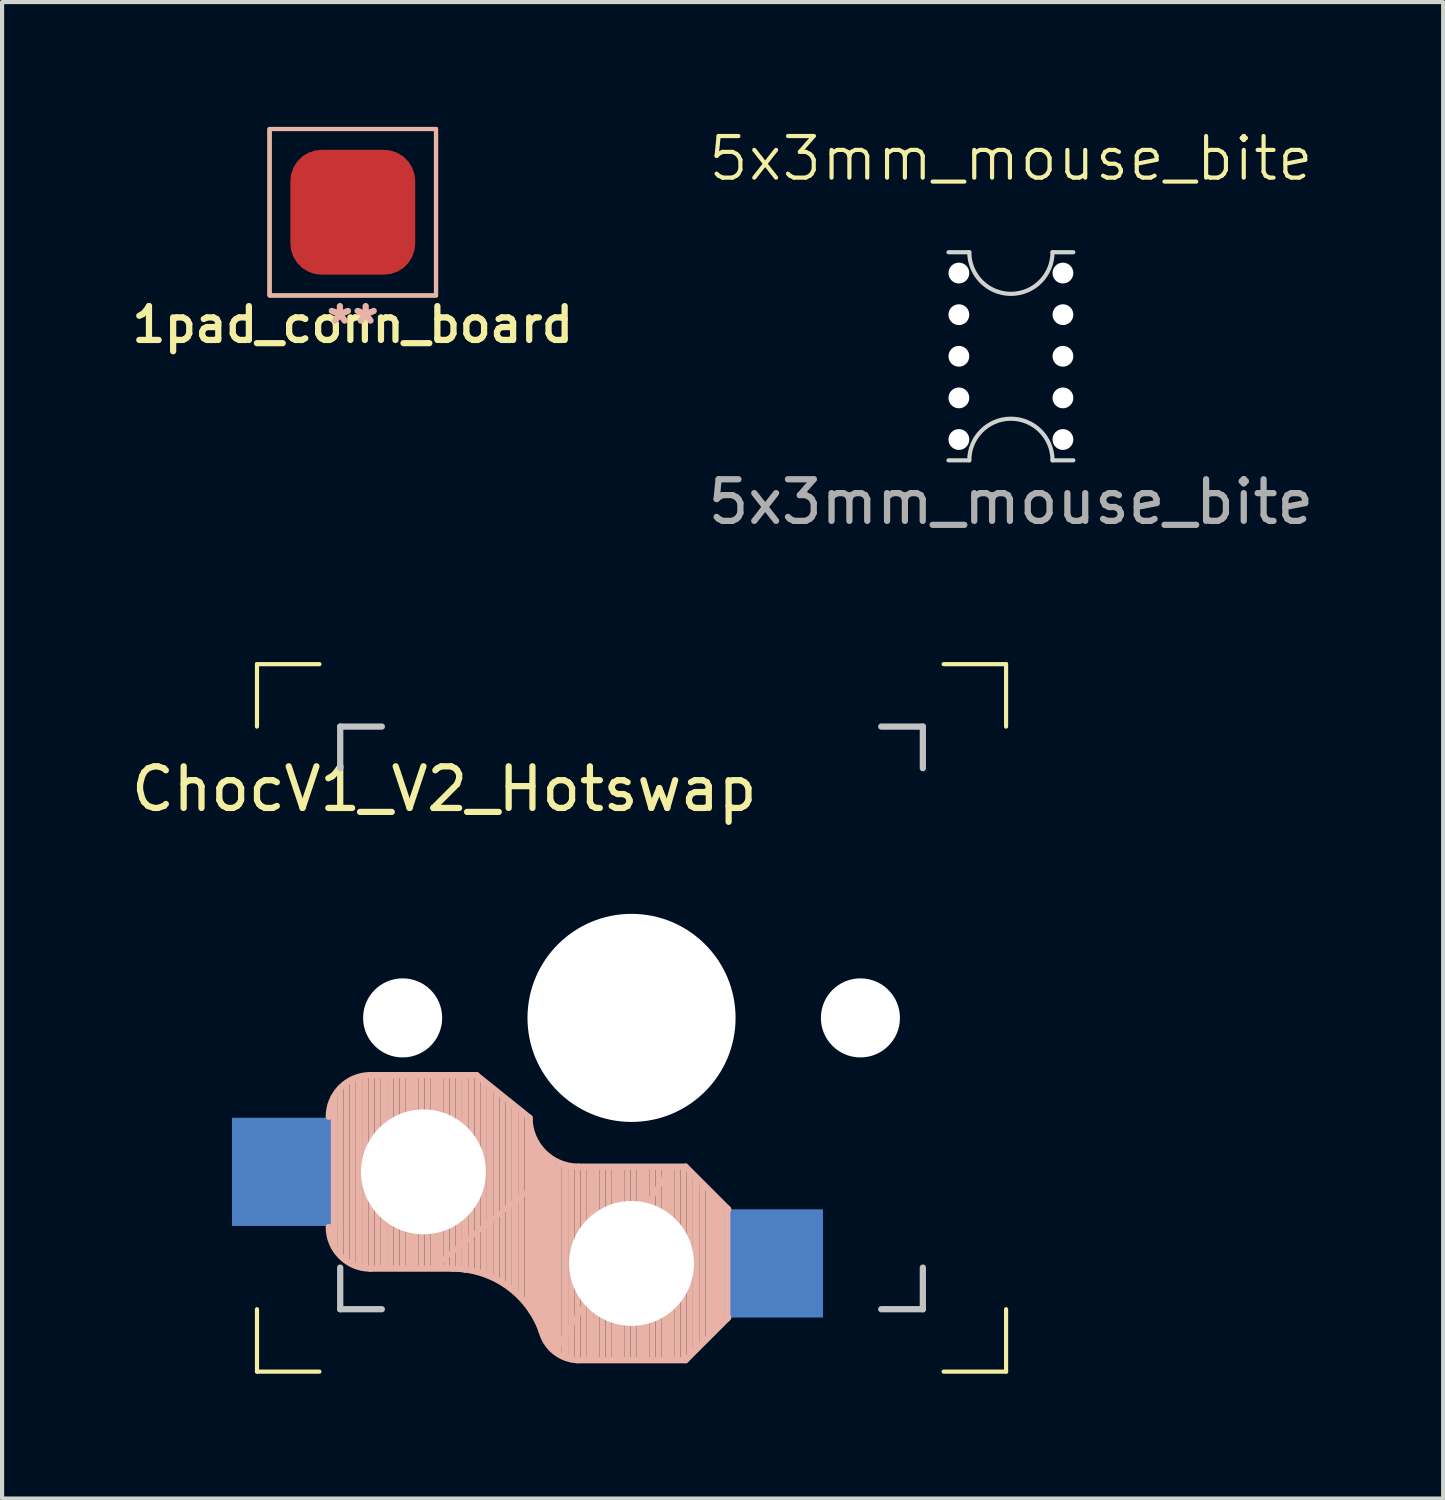
<source format=kicad_pcb>
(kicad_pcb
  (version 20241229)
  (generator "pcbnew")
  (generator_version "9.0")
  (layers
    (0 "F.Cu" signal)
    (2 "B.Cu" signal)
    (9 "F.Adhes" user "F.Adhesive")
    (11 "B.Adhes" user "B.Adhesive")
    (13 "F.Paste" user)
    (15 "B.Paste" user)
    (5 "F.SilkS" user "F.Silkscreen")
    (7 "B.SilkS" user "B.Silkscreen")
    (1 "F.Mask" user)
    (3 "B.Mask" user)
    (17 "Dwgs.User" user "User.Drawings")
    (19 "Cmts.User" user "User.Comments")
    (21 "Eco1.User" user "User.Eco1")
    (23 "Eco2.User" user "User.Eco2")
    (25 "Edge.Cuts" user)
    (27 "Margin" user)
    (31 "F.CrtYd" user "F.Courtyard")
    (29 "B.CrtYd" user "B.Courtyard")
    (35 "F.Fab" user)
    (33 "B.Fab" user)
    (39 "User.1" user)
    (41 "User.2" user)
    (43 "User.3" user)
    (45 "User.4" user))
  (footprint "5x3mm_mouse_bite"
    (layer "F.Cu")
    (at 21.241 5.511)
    (property "Reference" "5x3mm_mouse_bite" (at 0 -4.75 0) (unlocked yes) (layer "F.SilkS") (effects (font (size 1 1) (thickness 0.1))))
    (attr smd)
    (fp_line (start -1.5 2.5) (end -1 2.5) (stroke (width 0.1) (type default)) (layer "Edge.Cuts"))
    (fp_line (start -1 -2.5) (end -1.5 -2.5) (stroke (width 0.1) (type default)) (layer "Edge.Cuts"))
    (fp_line (start 1 -2.5) (end 1.5 -2.5) (stroke (width 0.1) (type default)) (layer "Edge.Cuts"))
    (fp_line (start 1 2.5) (end 1.5 2.5) (stroke (width 0.1) (type default)) (layer "Edge.Cuts"))
    (fp_arc (start -1 2.5) (mid 0 1.5) (end 1 2.5) (stroke (width 0.1) (type default)) (layer "Edge.Cuts"))
    (fp_arc (start 1 -2.5) (mid 0 -1.5) (end -1 -2.5) (stroke (width 0.1) (type default)) (layer "Edge.Cuts"))
    (fp_text user "${REFERENCE}" (at 0 3.5 0) (unlocked yes) (layer "F.Fab") (effects (font (size 1 1) (thickness 0.15))))
    (pad "" np_thru_hole circle (at -1.25 -2) (size 0.5 0.5) (drill 0.5) (layers "*.Cu" "*.Mask"))
    (pad "" np_thru_hole circle (at -1.25 -1) (size 0.5 0.5) (drill 0.5) (layers "*.Cu" "*.Mask"))
    (pad "" np_thru_hole circle (at -1.25 0) (size 0.5 0.5) (drill 0.5) (layers "*.Cu" "*.Mask"))
    (pad "" np_thru_hole circle (at -1.25 1) (size 0.5 0.5) (drill 0.5) (layers "*.Cu" "*.Mask"))
    (pad "" np_thru_hole circle (at -1.25 2) (size 0.5 0.5) (drill 0.5) (layers "*.Cu" "*.Mask"))
    (pad "" np_thru_hole circle (at 1.25 -2) (size 0.5 0.5) (drill 0.5) (layers "*.Cu" "*.Mask"))
    (pad "" np_thru_hole circle (at 1.25 -1) (size 0.5 0.5) (drill 0.5) (layers "*.Cu" "*.Mask"))
    (pad "" np_thru_hole circle (at 1.25 0) (size 0.5 0.5) (drill 0.5) (layers "*.Cu" "*.Mask"))
    (pad "" np_thru_hole circle (at 1.25 1) (size 0.5 0.5) (drill 0.5) (layers "*.Cu" "*.Mask"))
    (pad "" np_thru_hole circle (at 1.25 2) (size 0.5 0.5) (drill 0.5) (layers "*.Cu" "*.Mask")))
  (footprint "ChocV1_V2_Hotswap"
    (layer "F.Cu")
    (at 12.125 21.409)
    (property "Reference" "ChocV1_V2_Hotswap" (at -4.5 -5.5 0) (layer "F.SilkS") (effects (font (size 1 1) (thickness 0.15))))
    (attr through_hole)
    (fp_line (start -9 -8.5) (end -9 -7) (stroke (width 0.1) (type default)) (layer "F.SilkS"))
    (fp_line (start -9 7) (end -9 8.5) (stroke (width 0.1) (type default)) (layer "F.SilkS"))
    (fp_line (start -9 8.5) (end -7.5 8.5) (stroke (width 0.1) (type default)) (layer "F.SilkS"))
    (fp_line (start -7.5 -8.5) (end -9 -8.5) (stroke (width 0.1) (type default)) (layer "F.SilkS"))
    (fp_line (start 9 -8.5) (end 7.5 -8.5) (stroke (width 0.1) (type default)) (layer "F.SilkS"))
    (fp_line (start 9 -7) (end 9 -8.5) (stroke (width 0.1) (type default)) (layer "F.SilkS"))
    (fp_line (start 9 7) (end 9 8.5) (stroke (width 0.1) (type default)) (layer "F.SilkS"))
    (fp_line (start 9 8.5) (end 7.5 8.5) (stroke (width 0.1) (type default)) (layer "F.SilkS"))
    (fp_line (start -7.15 5.5) (end -7.15 1.9) (stroke (width 0.15) (type solid)) (layer "B.SilkS"))
    (fp_line (start -7 5.7) (end -7 1.7) (stroke (width 0.15) (type solid)) (layer "B.SilkS"))
    (fp_line (start -6.85 5.8) (end -6.85 1.6) (stroke (width 0.15) (type solid)) (layer "B.SilkS"))
    (fp_line (start -6.7 5.9) (end -6.7 1.5) (stroke (width 0.15) (type solid)) (layer "B.SilkS"))
    (fp_line (start -6.55 5.95) (end -6.55 1.45) (stroke (width 0.15) (type solid)) (layer "B.SilkS"))
    (fp_line (start -6.4 6) (end -6.4 1.45) (stroke (width 0.15) (type solid)) (layer "B.SilkS"))
    (fp_line (start -6.25 6) (end -6.25 1.4) (stroke (width 0.15) (type solid)) (layer "B.SilkS"))
    (fp_line (start -6.1 6) (end -6.1 1.4) (stroke (width 0.15) (type solid)) (layer "B.SilkS"))
    (fp_line (start -5.95 6) (end -5.95 1.4) (stroke (width 0.15) (type solid)) (layer "B.SilkS"))
    (fp_line (start -5.8 6) (end -5.8 1.4) (stroke (width 0.15) (type solid)) (layer "B.SilkS"))
    (fp_line (start -5.65 6) (end -5.65 1.4) (stroke (width 0.15) (type solid)) (layer "B.SilkS"))
    (fp_line (start -5.5 6) (end -5.5 1.4) (stroke (width 0.15) (type solid)) (layer "B.SilkS"))
    (fp_line (start -5.35 6) (end -5.35 1.4) (stroke (width 0.15) (type solid)) (layer "B.SilkS"))
    (fp_line (start -5.2 6) (end -5.2 1.4) (stroke (width 0.15) (type solid)) (layer "B.SilkS"))
    (fp_line (start -5.05 6) (end -5.05 1.4) (stroke (width 0.15) (type solid)) (layer "B.SilkS"))
    (fp_line (start -4.9 6) (end -4.9 1.4) (stroke (width 0.15) (type solid)) (layer "B.SilkS"))
    (fp_line (start -4.75 6) (end -4.75 1.4) (stroke (width 0.15) (type solid)) (layer "B.SilkS"))
    (fp_line (start -4.65 5.9) (end -4.65 1.4) (stroke (width 0.12) (type solid)) (layer "B.SilkS"))
    (fp_line (start -4.6 6) (end -4.6 1.4) (stroke (width 0.15) (type solid)) (layer "B.SilkS"))
    (fp_line (start -4.45 6) (end -4.45 1.4) (stroke (width 0.15) (type solid)) (layer "B.SilkS"))
    (fp_line (start -4.3 6) (end -4.3 1.4) (stroke (width 0.15) (type solid)) (layer "B.SilkS"))
    (fp_line (start -4.3 6.025) (end -6.275 6.025) (stroke (width 0.15) (type solid)) (layer "B.SilkS"))
    (fp_line (start -4.15 6) (end -4.15 1.45) (stroke (width 0.15) (type solid)) (layer "B.SilkS"))
    (fp_line (start -4 6.05) (end -4 1.4) (stroke (width 0.15) (type solid)) (layer "B.SilkS"))
    (fp_line (start -3.85 6.05) (end -3.85 1.4) (stroke (width 0.15) (type solid)) (layer "B.SilkS"))
    (fp_line (start -3.725 1.375) (end -6.275 1.375) (stroke (width 0.15) (type solid)) (layer "B.SilkS"))
    (fp_line (start -3.725 1.375) (end -2.45 2.4) (stroke (width 0.15) (type solid)) (layer "B.SilkS"))
    (fp_line (start -3.7 6.05) (end -3.7 1.45) (stroke (width 0.15) (type solid)) (layer "B.SilkS"))
    (fp_line (start -3.55 6.1) (end -3.55 1.55) (stroke (width 0.15) (type solid)) (layer "B.SilkS"))
    (fp_line (start -3.4 6.2) (end -3.4 1.65) (stroke (width 0.15) (type solid)) (layer "B.SilkS"))
    (fp_line (start -3.25 6.25) (end -3.25 1.8) (stroke (width 0.15) (type solid)) (layer "B.SilkS"))
    (fp_line (start -3.1 6.35) (end -3.1 1.9) (stroke (width 0.15) (type solid)) (layer "B.SilkS"))
    (fp_line (start -2.95 6.45) (end -2.95 2.05) (stroke (width 0.15) (type solid)) (layer "B.SilkS"))
    (fp_line (start -2.8 6.55) (end -2.8 2.15) (stroke (width 0.15) (type solid)) (layer "B.SilkS"))
    (fp_line (start -2.65 6.7) (end -2.65 2.25) (stroke (width 0.15) (type solid)) (layer "B.SilkS"))
    (fp_line (start -2.5 6.85) (end -2.5 2.4) (stroke (width 0.15) (type solid)) (layer "B.SilkS"))
    (fp_line (start -2.4 7.05) (end -2.4 2.9) (stroke (width 0.15) (type solid)) (layer "B.SilkS"))
    (fp_line (start -2.3 7.2) (end -2.3 3.05) (stroke (width 0.15) (type solid)) (layer "B.SilkS"))
    (fp_line (start -2.2 7.4) (end -2.2 3.25) (stroke (width 0.15) (type solid)) (layer "B.SilkS"))
    (fp_line (start -2.1 7.55) (end -2.1 3.35) (stroke (width 0.15) (type solid)) (layer "B.SilkS"))
    (fp_line (start -2 7.8) (end -2 3.4) (stroke (width 0.15) (type solid)) (layer "B.SilkS"))
    (fp_line (start -1.9 7.95) (end -1.9 3.45) (stroke (width 0.15) (type solid)) (layer "B.SilkS"))
    (fp_line (start -1.8 3.6) (end -4.65 5.9) (stroke (width 0.12) (type solid)) (layer "B.SilkS"))
    (fp_line (start -1.8 7.95) (end -1.8 3.6) (stroke (width 0.12) (type solid)) (layer "B.SilkS"))
    (fp_line (start -1.75 8.05) (end -1.75 3.5) (stroke (width 0.15) (type solid)) (layer "B.SilkS"))
    (fp_line (start -1.6 8.15) (end -1.6 3.6) (stroke (width 0.15) (type solid)) (layer "B.SilkS"))
    (fp_line (start -1.45 8.2) (end -1.45 3.6) (stroke (width 0.15) (type solid)) (layer "B.SilkS"))
    (fp_line (start -1.3 8.2) (end -1.3 3.6) (stroke (width 0.15) (type solid)) (layer "B.SilkS"))
    (fp_line (start -1.15 8.2) (end -1.15 3.65) (stroke (width 0.15) (type solid)) (layer "B.SilkS"))
    (fp_line (start -1 8.2) (end -1 3.6) (stroke (width 0.15) (type solid)) (layer "B.SilkS"))
    (fp_line (start -0.85 8.2) (end -0.85 3.6) (stroke (width 0.15) (type solid)) (layer "B.SilkS"))
    (fp_line (start -0.7 8.2) (end -0.7 3.6) (stroke (width 0.15) (type solid)) (layer "B.SilkS"))
    (fp_line (start -0.55 8.2) (end -0.55 3.6) (stroke (width 0.15) (type solid)) (layer "B.SilkS"))
    (fp_line (start -0.4 8.2) (end -0.4 3.6) (stroke (width 0.15) (type solid)) (layer "B.SilkS"))
    (fp_line (start -0.25 8.2) (end -0.25 3.6) (stroke (width 0.15) (type solid)) (layer "B.SilkS"))
    (fp_line (start -0.1 8.2) (end -0.1 3.6) (stroke (width 0.15) (type solid)) (layer "B.SilkS"))
    (fp_line (start 0.05 8.2) (end 0.05 3.6) (stroke (width 0.15) (type solid)) (layer "B.SilkS"))
    (fp_line (start 0.2 8.2) (end 0.2 3.6) (stroke (width 0.15) (type solid)) (layer "B.SilkS"))
    (fp_line (start 0.35 8.2) (end 0.35 3.6) (stroke (width 0.15) (type solid)) (layer "B.SilkS"))
    (fp_line (start 0.5 8.2) (end 0.5 3.6) (stroke (width 0.15) (type solid)) (layer "B.SilkS"))
    (fp_line (start 0.65 8.2) (end 0.65 3.6) (stroke (width 0.15) (type solid)) (layer "B.SilkS"))
    (fp_line (start 0.8 8.2) (end 0.8 3.6) (stroke (width 0.15) (type solid)) (layer "B.SilkS"))
    (fp_line (start 0.9 3.65) (end -1.8 7.95) (stroke (width 0.12) (type solid)) (layer "B.SilkS"))
    (fp_line (start 0.9 8.1) (end 0.9 3.65) (stroke (width 0.12) (type solid)) (layer "B.SilkS"))
    (fp_line (start 0.95 8.2) (end 0.95 3.6) (stroke (width 0.15) (type solid)) (layer "B.SilkS"))
    (fp_line (start 1.1 8.2) (end 1.1 3.6) (stroke (width 0.15) (type solid)) (layer "B.SilkS"))
    (fp_line (start 1.25 8.2) (end 1.25 3.6) (stroke (width 0.15) (type solid)) (layer "B.SilkS"))
    (fp_line (start 1.3 3.575) (end -1.275 3.575) (stroke (width 0.15) (type solid)) (layer "B.SilkS"))
    (fp_line (start 1.3 3.575) (end 2.325 4.6) (stroke (width 0.15) (type solid)) (layer "B.SilkS"))
    (fp_line (start 1.3 8.225) (end -1.3 8.225) (stroke (width 0.15) (type solid)) (layer "B.SilkS"))
    (fp_line (start 1.3 8.225) (end 2.325 7.2) (stroke (width 0.15) (type solid)) (layer "B.SilkS"))
    (fp_line (start 1.4 8.1) (end 1.4 3.7) (stroke (width 0.15) (type solid)) (layer "B.SilkS"))
    (fp_line (start 1.55 7.95) (end 1.55 3.85) (stroke (width 0.15) (type solid)) (layer "B.SilkS"))
    (fp_line (start 1.7 7.8) (end 1.7 4) (stroke (width 0.15) (type solid)) (layer "B.SilkS"))
    (fp_line (start 1.85 7.65) (end 1.85 4.15) (stroke (width 0.15) (type solid)) (layer "B.SilkS"))
    (fp_line (start 1.95 7.55) (end 1.95 4.25) (stroke (width 0.15) (type solid)) (layer "B.SilkS"))
    (fp_line (start 2.05 7.45) (end 2.05 4.35) (stroke (width 0.15) (type solid)) (layer "B.SilkS"))
    (fp_line (start 2.15 7.35) (end 2.15 4.45) (stroke (width 0.15) (type solid)) (layer "B.SilkS"))
    (fp_line (start 2.3 4.575) (end 2.3 7.225) (stroke (width 0.15) (type solid)) (layer "B.SilkS"))
    (fp_arc (start -7.275 2.375) (mid -6.982107 1.667893) (end -6.275 1.375) (stroke (width 0.15) (type solid)) (layer "B.SilkS"))
    (fp_arc (start -6.275 6.025) (mid -6.982107 5.732107) (end -7.275 5.025) (stroke (width 0.15) (type solid)) (layer "B.SilkS"))
    (fp_arc (start -4.3 6.025) (mid -2.995114 6.436429) (end -2.162199 7.521904) (stroke (width 0.15) (type solid)) (layer "B.SilkS"))
    (fp_arc (start -1.300995 8.223791) (mid -1.848284 8.016021) (end -2.162199 7.521904) (stroke (width 0.15) (type solid)) (layer "B.SilkS"))
    (fp_arc (start -1.275 3.575) (mid -2.10585 3.23085) (end -2.45 2.4) (stroke (width 0.15) (type solid)) (layer "B.SilkS"))
    (fp_line (start -7 -7) (end -6 -7) (stroke (width 0.15) (type solid)) (layer "Dwgs.User"))
    (fp_line (start -7 -6) (end -7 -7) (stroke (width 0.15) (type solid)) (layer "Dwgs.User"))
    (fp_line (start -7 7) (end -7 6) (stroke (width 0.15) (type solid)) (layer "Dwgs.User"))
    (fp_line (start -6 7) (end -7 7) (stroke (width 0.15) (type solid)) (layer "Dwgs.User"))
    (fp_line (start 6 7) (end 7 7) (stroke (width 0.15) (type solid)) (layer "Dwgs.User"))
    (fp_line (start 7 -7) (end 6 -7) (stroke (width 0.15) (type solid)) (layer "Dwgs.User"))
    (fp_line (start 7 -6) (end 7 -7) (stroke (width 0.15) (type solid)) (layer "Dwgs.User"))
    (fp_line (start 7 7) (end 7 6) (stroke (width 0.15) (type solid)) (layer "Dwgs.User"))
    (pad "" np_thru_hole circle (at -5.5 0 90) (size 1.9 1.9) (drill 1.9) (layers "*.Cu" "*.Mask"))
    (pad "" np_thru_hole circle (at -5 3.7 90) (size 3 3) (drill 3) (layers "*.Cu" "*.Mask"))
    (pad "" np_thru_hole circle (at 0 0 90) (size 5 5) (drill 5) (layers "*.Cu" "*.Mask"))
    (pad "" np_thru_hole circle (at 0 5.9 90) (size 3 3) (drill 3) (layers "*.Cu" "*.Mask"))
    (pad "" np_thru_hole circle (at 5.5 0 90) (size 1.9 1.9) (drill 1.9) (layers "*.Cu" "*.Mask"))
    (pad "1" smd rect (at -8.3 3.7 180) (size 2.6 2.6) (layers "B.Cu" "B.Mask" "B.Paste"))
    (pad "2" smd rect (at 3.3 5.9 180) (size 2.6 2.6) (layers "B.Cu" "B.Mask" "B.Paste")))
  (footprint "1pad_conn_board"
    (layer "F.Cu")
    (at 5.427 2.05)
    (property "Reference" "1pad_conn_board" (at 0 2.7 0) (layer "F.SilkS") (effects (font (size 0.813 0.813) (thickness 0.15))))
    (attr through_hole)
    (fp_rect (start 2 2) (end -2 -2) (stroke (width 0.1) (type default)) (fill no) (layer "F.SilkS"))
    (fp_rect (start 2 2) (end -2 -2) (stroke (width 0.1) (type default)) (fill no) (layer "B.SilkS"))
    (fp_text user "**" (at 0 2.7 0) (layer "B.SilkS") (effects (font (size 0.813 0.813) (thickness 0.15)) (justify mirror)))
    (pad "1" smd roundrect (at 0 0) (size 3 3) (layers "F.Cu" "F.Mask" "F.Paste") (roundrect_rratio 0.25)))
  (gr_rect
    (start -3 -3)
    (end 31.628 32.959)
    (stroke (width 0.1) (type default))
    (fill no)
    (layer "Edge.Cuts")))
</source>
